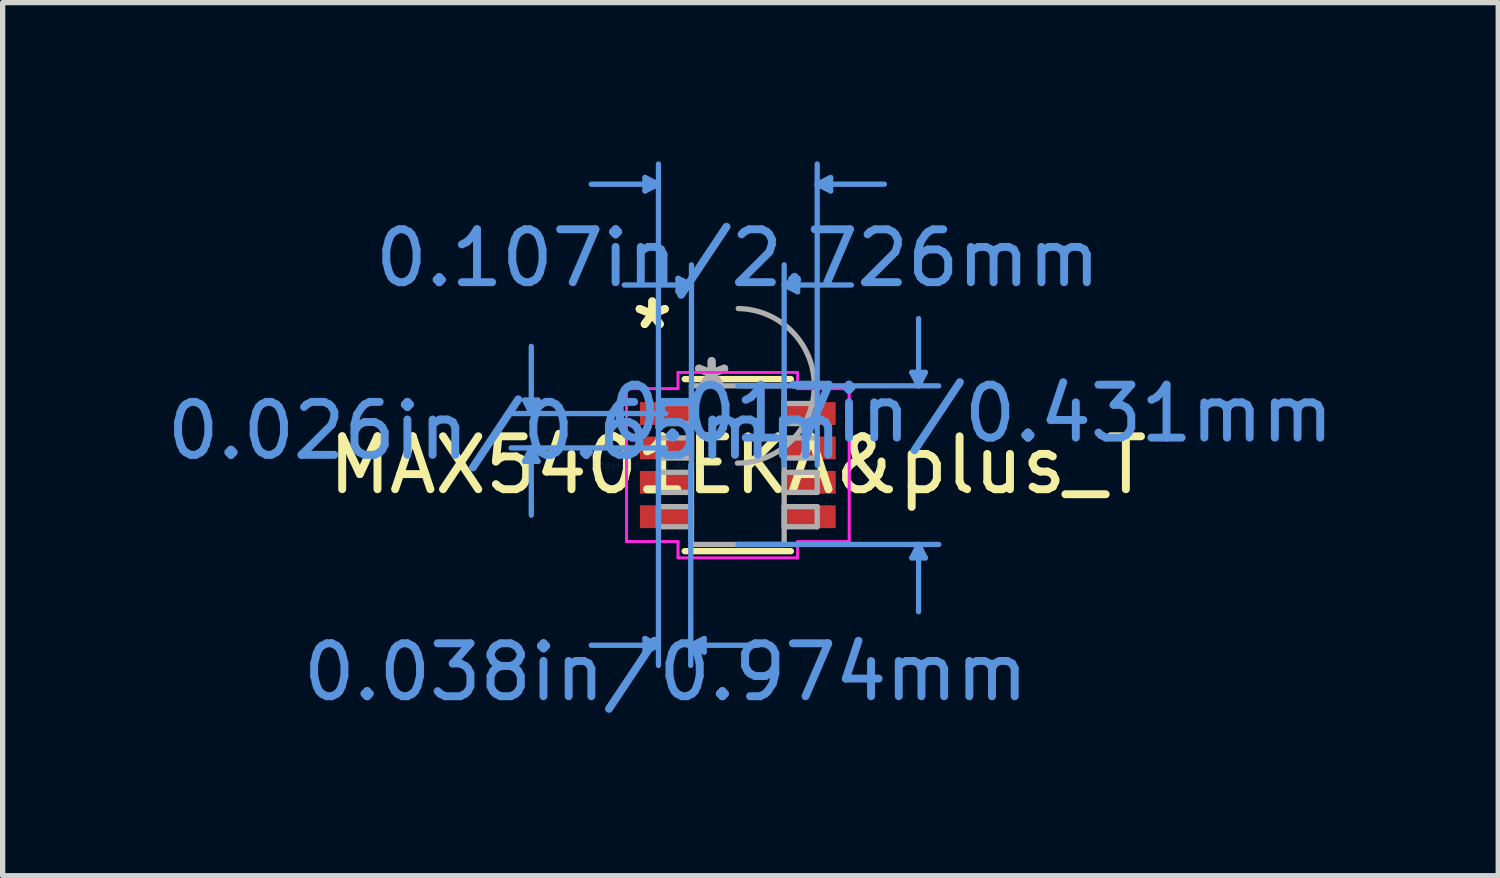
<source format=kicad_pcb>
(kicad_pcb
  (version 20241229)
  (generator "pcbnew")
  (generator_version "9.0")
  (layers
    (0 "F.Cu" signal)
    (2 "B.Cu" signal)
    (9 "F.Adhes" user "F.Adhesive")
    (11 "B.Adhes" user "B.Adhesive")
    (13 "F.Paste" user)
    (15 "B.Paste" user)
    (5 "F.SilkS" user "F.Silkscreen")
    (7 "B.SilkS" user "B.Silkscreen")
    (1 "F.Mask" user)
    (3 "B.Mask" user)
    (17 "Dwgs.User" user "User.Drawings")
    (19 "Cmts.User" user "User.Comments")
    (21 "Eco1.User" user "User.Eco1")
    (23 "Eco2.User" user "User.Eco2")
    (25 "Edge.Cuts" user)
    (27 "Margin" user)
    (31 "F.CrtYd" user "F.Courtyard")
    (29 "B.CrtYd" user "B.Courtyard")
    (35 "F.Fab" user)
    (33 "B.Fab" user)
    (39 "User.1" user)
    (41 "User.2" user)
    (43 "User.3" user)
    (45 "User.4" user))
  (footprint "MAX5401EKA&plus_T"
    (layer "F.Cu")
    (at 10.893 5.74)
    (property "Reference" "MAX5401EKA&plus_T" (at 0 0 0) (layer "F.SilkS") (effects (font (size 1 1) (thickness 0.15))))
    (attr through_hole)
    (fp_line (start -1.003 1.626) (end 1.003 1.626) (stroke (width 0.12) (type solid)) (layer "F.SilkS"))
    (fp_line (start 1.003 -1.626) (end -1.003 -1.626) (stroke (width 0.12) (type solid)) (layer "F.SilkS"))
    (fp_line (start -4.03 -1.229) (end -3.776 -1.229) (stroke (width 0.1) (type solid)) (layer "Cmts.User"))
    (fp_line (start -4.03 -0.071) (end -3.776 -0.071) (stroke (width 0.1) (type solid)) (layer "Cmts.User"))
    (fp_line (start -3.903 -0.975) (end -4.03 -1.229) (stroke (width 0.1) (type solid)) (layer "Cmts.User"))
    (fp_line (start -3.903 -0.975) (end -3.903 -2.245) (stroke (width 0.1) (type solid)) (layer "Cmts.User"))
    (fp_line (start -3.903 -0.975) (end -3.776 -1.229) (stroke (width 0.1) (type solid)) (layer "Cmts.User"))
    (fp_line (start -3.903 -0.325) (end -4.03 -0.071) (stroke (width 0.1) (type solid)) (layer "Cmts.User"))
    (fp_line (start -3.903 -0.325) (end -3.903 0.945) (stroke (width 0.1) (type solid)) (layer "Cmts.User"))
    (fp_line (start -3.903 -0.325) (end -3.776 -0.071) (stroke (width 0.1) (type solid)) (layer "Cmts.User"))
    (fp_line (start -1.754 -5.436) (end -1.754 -5.182) (stroke (width 0.1) (type solid)) (layer "Cmts.User"))
    (fp_line (start -1.754 3.277) (end -1.754 3.531) (stroke (width 0.1) (type solid)) (layer "Cmts.User"))
    (fp_line (start -1.5 -5.309) (end -2.77 -5.309) (stroke (width 0.1) (type solid)) (layer "Cmts.User"))
    (fp_line (start -1.5 -5.309) (end -1.754 -5.436) (stroke (width 0.1) (type solid)) (layer "Cmts.User"))
    (fp_line (start -1.5 -5.309) (end -1.754 -5.182) (stroke (width 0.1) (type solid)) (layer "Cmts.User"))
    (fp_line (start -1.5 0) (end -1.5 -5.69) (stroke (width 0.1) (type solid)) (layer "Cmts.User"))
    (fp_line (start -1.5 0) (end -1.5 3.785) (stroke (width 0.1) (type solid)) (layer "Cmts.User"))
    (fp_line (start -1.5 3.404) (end -2.77 3.404) (stroke (width 0.1) (type solid)) (layer "Cmts.User"))
    (fp_line (start -1.5 3.404) (end -1.754 3.277) (stroke (width 0.1) (type solid)) (layer "Cmts.User"))
    (fp_line (start -1.5 3.404) (end -1.754 3.531) (stroke (width 0.1) (type solid)) (layer "Cmts.User"))
    (fp_line (start -1.363 -0.975) (end -4.284 -0.975) (stroke (width 0.1) (type solid)) (layer "Cmts.User"))
    (fp_line (start -1.363 -0.325) (end -4.284 -0.325) (stroke (width 0.1) (type solid)) (layer "Cmts.User"))
    (fp_line (start -1.13 -3.531) (end -1.13 -3.277) (stroke (width 0.1) (type solid)) (layer "Cmts.User"))
    (fp_line (start -0.89 0) (end -0.89 3.785) (stroke (width 0.1) (type solid)) (layer "Cmts.User"))
    (fp_line (start -0.89 3.404) (end -0.636 3.277) (stroke (width 0.1) (type solid)) (layer "Cmts.User"))
    (fp_line (start -0.89 3.404) (end -0.636 3.531) (stroke (width 0.1) (type solid)) (layer "Cmts.User"))
    (fp_line (start -0.89 3.404) (end 0.38 3.404) (stroke (width 0.1) (type solid)) (layer "Cmts.User"))
    (fp_line (start -0.876 -3.404) (end -2.146 -3.404) (stroke (width 0.1) (type solid)) (layer "Cmts.User"))
    (fp_line (start -0.876 -3.404) (end -1.13 -3.531) (stroke (width 0.1) (type solid)) (layer "Cmts.User"))
    (fp_line (start -0.876 -3.404) (end -1.13 -3.277) (stroke (width 0.1) (type solid)) (layer "Cmts.User"))
    (fp_line (start -0.876 0) (end -0.876 -3.785) (stroke (width 0.1) (type solid)) (layer "Cmts.User"))
    (fp_line (start -0.636 3.277) (end -0.636 3.531) (stroke (width 0.1) (type solid)) (layer "Cmts.User"))
    (fp_line (start 0 -1.499) (end 3.797 -1.499) (stroke (width 0.1) (type solid)) (layer "Cmts.User"))
    (fp_line (start 0 1.499) (end 3.797 1.499) (stroke (width 0.1) (type solid)) (layer "Cmts.User"))
    (fp_line (start 0.876 -3.404) (end 1.13 -3.531) (stroke (width 0.1) (type solid)) (layer "Cmts.User"))
    (fp_line (start 0.876 -3.404) (end 1.13 -3.277) (stroke (width 0.1) (type solid)) (layer "Cmts.User"))
    (fp_line (start 0.876 -3.404) (end 2.146 -3.404) (stroke (width 0.1) (type solid)) (layer "Cmts.User"))
    (fp_line (start 0.876 0) (end 0.876 -3.785) (stroke (width 0.1) (type solid)) (layer "Cmts.User"))
    (fp_line (start 1.13 -3.531) (end 1.13 -3.277) (stroke (width 0.1) (type solid)) (layer "Cmts.User"))
    (fp_line (start 1.5 -5.309) (end 1.754 -5.436) (stroke (width 0.1) (type solid)) (layer "Cmts.User"))
    (fp_line (start 1.5 -5.309) (end 1.754 -5.182) (stroke (width 0.1) (type solid)) (layer "Cmts.User"))
    (fp_line (start 1.5 -5.309) (end 2.77 -5.309) (stroke (width 0.1) (type solid)) (layer "Cmts.User"))
    (fp_line (start 1.5 0) (end 1.5 -5.69) (stroke (width 0.1) (type solid)) (layer "Cmts.User"))
    (fp_line (start 1.754 -5.436) (end 1.754 -5.182) (stroke (width 0.1) (type solid)) (layer "Cmts.User"))
    (fp_line (start 3.289 -1.753) (end 3.543 -1.753) (stroke (width 0.1) (type solid)) (layer "Cmts.User"))
    (fp_line (start 3.289 1.753) (end 3.543 1.753) (stroke (width 0.1) (type solid)) (layer "Cmts.User"))
    (fp_line (start 3.416 -1.499) (end 3.289 -1.753) (stroke (width 0.1) (type solid)) (layer "Cmts.User"))
    (fp_line (start 3.416 -1.499) (end 3.416 -2.769) (stroke (width 0.1) (type solid)) (layer "Cmts.User"))
    (fp_line (start 3.416 -1.499) (end 3.543 -1.753) (stroke (width 0.1) (type solid)) (layer "Cmts.User"))
    (fp_line (start 3.416 1.499) (end 3.289 1.753) (stroke (width 0.1) (type solid)) (layer "Cmts.User"))
    (fp_line (start 3.416 1.499) (end 3.416 2.769) (stroke (width 0.1) (type solid)) (layer "Cmts.User"))
    (fp_line (start 3.416 1.499) (end 3.543 1.753) (stroke (width 0.1) (type solid)) (layer "Cmts.User"))
    (fp_line (start -2.104 -1.444) (end -1.13 -1.444) (stroke (width 0.05) (type solid)) (layer "F.CrtYd"))
    (fp_line (start -2.104 -1.444) (end -1.13 -1.444) (stroke (width 0.05) (type solid)) (layer "F.CrtYd"))
    (fp_line (start -2.104 1.444) (end -2.104 -1.444) (stroke (width 0.05) (type solid)) (layer "F.CrtYd"))
    (fp_line (start -2.104 1.444) (end -2.104 -1.444) (stroke (width 0.05) (type solid)) (layer "F.CrtYd"))
    (fp_line (start -2.104 1.444) (end -1.13 1.444) (stroke (width 0.05) (type solid)) (layer "F.CrtYd"))
    (fp_line (start -1.13 -1.753) (end 1.13 -1.753) (stroke (width 0.05) (type solid)) (layer "F.CrtYd"))
    (fp_line (start -1.13 -1.753) (end 1.13 -1.753) (stroke (width 0.05) (type solid)) (layer "F.CrtYd"))
    (fp_line (start -1.13 -1.444) (end -1.13 -1.753) (stroke (width 0.05) (type solid)) (layer "F.CrtYd"))
    (fp_line (start -1.13 -1.444) (end -1.13 -1.753) (stroke (width 0.05) (type solid)) (layer "F.CrtYd"))
    (fp_line (start -1.13 1.444) (end -2.104 1.444) (stroke (width 0.05) (type solid)) (layer "F.CrtYd"))
    (fp_line (start -1.13 1.753) (end -1.13 1.444) (stroke (width 0.05) (type solid)) (layer "F.CrtYd"))
    (fp_line (start -1.13 1.753) (end -1.13 1.444) (stroke (width 0.05) (type solid)) (layer "F.CrtYd"))
    (fp_line (start 1.13 -1.753) (end 1.13 -1.444) (stroke (width 0.05) (type solid)) (layer "F.CrtYd"))
    (fp_line (start 1.13 -1.753) (end 1.13 -1.444) (stroke (width 0.05) (type solid)) (layer "F.CrtYd"))
    (fp_line (start 1.13 -1.444) (end 2.104 -1.444) (stroke (width 0.05) (type solid)) (layer "F.CrtYd"))
    (fp_line (start 1.13 1.444) (end 1.13 1.753) (stroke (width 0.05) (type solid)) (layer "F.CrtYd"))
    (fp_line (start 1.13 1.444) (end 1.13 1.753) (stroke (width 0.05) (type solid)) (layer "F.CrtYd"))
    (fp_line (start 1.13 1.753) (end -1.13 1.753) (stroke (width 0.05) (type solid)) (layer "F.CrtYd"))
    (fp_line (start 1.13 1.753) (end -1.13 1.753) (stroke (width 0.05) (type solid)) (layer "F.CrtYd"))
    (fp_line (start 2.104 -1.444) (end 1.13 -1.444) (stroke (width 0.05) (type solid)) (layer "F.CrtYd"))
    (fp_line (start 2.104 -1.444) (end 2.104 1.444) (stroke (width 0.05) (type solid)) (layer "F.CrtYd"))
    (fp_line (start 2.104 -1.444) (end 2.104 1.444) (stroke (width 0.05) (type solid)) (layer "F.CrtYd"))
    (fp_line (start 2.104 1.444) (end 1.13 1.444) (stroke (width 0.05) (type solid)) (layer "F.CrtYd"))
    (fp_line (start 2.104 1.444) (end 1.13 1.444) (stroke (width 0.05) (type solid)) (layer "F.CrtYd"))
    (fp_line (start -1.5 -1.165) (end -1.5 -0.784) (stroke (width 0.1) (type solid)) (layer "F.Fab"))
    (fp_line (start -1.5 -0.784) (end -0.876 -0.784) (stroke (width 0.1) (type solid)) (layer "F.Fab"))
    (fp_line (start -1.5 -0.515) (end -1.5 -0.135) (stroke (width 0.1) (type solid)) (layer "F.Fab"))
    (fp_line (start -1.5 -0.135) (end -0.876 -0.135) (stroke (width 0.1) (type solid)) (layer "F.Fab"))
    (fp_line (start -1.5 0.135) (end -1.5 0.515) (stroke (width 0.1) (type solid)) (layer "F.Fab"))
    (fp_line (start -1.5 0.515) (end -0.876 0.515) (stroke (width 0.1) (type solid)) (layer "F.Fab"))
    (fp_line (start -1.5 0.784) (end -1.5 1.165) (stroke (width 0.1) (type solid)) (layer "F.Fab"))
    (fp_line (start -1.5 1.165) (end -0.876 1.165) (stroke (width 0.1) (type solid)) (layer "F.Fab"))
    (fp_line (start -0.876 -1.499) (end -0.876 1.499) (stroke (width 0.1) (type solid)) (layer "F.Fab"))
    (fp_line (start -0.876 -1.165) (end -1.5 -1.165) (stroke (width 0.1) (type solid)) (layer "F.Fab"))
    (fp_line (start -0.876 -0.784) (end -0.876 -1.165) (stroke (width 0.1) (type solid)) (layer "F.Fab"))
    (fp_line (start -0.876 -0.515) (end -1.5 -0.515) (stroke (width 0.1) (type solid)) (layer "F.Fab"))
    (fp_line (start -0.876 -0.135) (end -0.876 -0.515) (stroke (width 0.1) (type solid)) (layer "F.Fab"))
    (fp_line (start -0.876 0.135) (end -1.5 0.135) (stroke (width 0.1) (type solid)) (layer "F.Fab"))
    (fp_line (start -0.876 0.515) (end -0.876 0.135) (stroke (width 0.1) (type solid)) (layer "F.Fab"))
    (fp_line (start -0.876 0.784) (end -1.5 0.784) (stroke (width 0.1) (type solid)) (layer "F.Fab"))
    (fp_line (start -0.876 1.165) (end -0.876 0.784) (stroke (width 0.1) (type solid)) (layer "F.Fab"))
    (fp_line (start -0.876 1.499) (end 0.876 1.499) (stroke (width 0.1) (type solid)) (layer "F.Fab"))
    (fp_line (start 0.876 -1.499) (end -0.876 -1.499) (stroke (width 0.1) (type solid)) (layer "F.Fab"))
    (fp_line (start 0.876 -1.165) (end 0.876 -0.784) (stroke (width 0.1) (type solid)) (layer "F.Fab"))
    (fp_line (start 0.876 -0.784) (end 1.5 -0.784) (stroke (width 0.1) (type solid)) (layer "F.Fab"))
    (fp_line (start 0.876 -0.515) (end 0.876 -0.135) (stroke (width 0.1) (type solid)) (layer "F.Fab"))
    (fp_line (start 0.876 -0.135) (end 1.5 -0.135) (stroke (width 0.1) (type solid)) (layer "F.Fab"))
    (fp_line (start 0.876 0.135) (end 0.876 0.515) (stroke (width 0.1) (type solid)) (layer "F.Fab"))
    (fp_line (start 0.876 0.515) (end 1.5 0.515) (stroke (width 0.1) (type solid)) (layer "F.Fab"))
    (fp_line (start 0.876 0.784) (end 0.876 1.165) (stroke (width 0.1) (type solid)) (layer "F.Fab"))
    (fp_line (start 0.876 1.165) (end 1.5 1.165) (stroke (width 0.1) (type solid)) (layer "F.Fab"))
    (fp_line (start 0.876 1.499) (end 0.876 -1.499) (stroke (width 0.1) (type solid)) (layer "F.Fab"))
    (fp_line (start 1.5 -1.165) (end 0.876 -1.165) (stroke (width 0.1) (type solid)) (layer "F.Fab"))
    (fp_line (start 1.5 -0.784) (end 1.5 -1.165) (stroke (width 0.1) (type solid)) (layer "F.Fab"))
    (fp_line (start 1.5 -0.515) (end 0.876 -0.515) (stroke (width 0.1) (type solid)) (layer "F.Fab"))
    (fp_line (start 1.5 -0.135) (end 1.5 -0.515) (stroke (width 0.1) (type solid)) (layer "F.Fab"))
    (fp_line (start 1.5 0.135) (end 0.876 0.135) (stroke (width 0.1) (type solid)) (layer "F.Fab"))
    (fp_line (start 1.5 0.515) (end 1.5 0.135) (stroke (width 0.1) (type solid)) (layer "F.Fab"))
    (fp_line (start 1.5 0.784) (end 0.876 0.784) (stroke (width 0.1) (type solid)) (layer "F.Fab"))
    (fp_line (start 1.5 1.165) (end 1.5 0.784) (stroke (width 0.1) (type solid)) (layer "F.Fab"))
    (fp_arc (start 0.007742 -2.959136) (mid 1.460536 -1.490858) (end -0.007742 -0.038064) (stroke (width 0.1) (type solid)) (layer "F.Fab"))
    (fp_text user "*" (at -1.617 -2.549 0) (layer "F.SilkS") (effects (font (size 1 1) (thickness 0.15))))
    (fp_text user "*" (at -1.617 -2.549 0) (layer "F.SilkS") (effects (font (size 1 1) (thickness 0.15))))
    (fp_text user "0.107in/2.726mm" (at 0 -3.912 0) (layer "Cmts.User") (effects (font (size 1 1) (thickness 0.15))))
    (fp_text user "0.038in/0.974mm" (at -1.363 3.912 0) (layer "Cmts.User") (effects (font (size 1 1) (thickness 0.15))))
    (fp_text user "0.017in/0.431mm" (at 4.411 -0.975 0) (layer "Cmts.User") (effects (font (size 1 1) (thickness 0.15))))
    (fp_text user "Copyright 2021 Accelerated Designs. All rights reserved." (at 0 0 0) (layer "Cmts.User") (effects (font (size 0.127 0.127) (thickness 0.002))))
    (fp_text user "0.026in/0.65mm" (at -4.411 -0.65 0) (layer "Cmts.User") (effects (font (size 1 1) (thickness 0.15))))
    (fp_text user "*" (at -0.495 -1.422 0) (layer "F.Fab") (effects (font (size 1 1) (thickness 0.15))))
    (fp_text user "*" (at -0.495 -1.422 0) (layer "F.Fab") (effects (font (size 1 1) (thickness 0.15))))
    (pad "1" smd rect (at -1.363 -0.975) (size 0.974 0.431) (layers "F.Cu" "F.Mask" "F.Paste"))
    (pad "2" smd rect (at -1.363 -0.325) (size 0.974 0.431) (layers "F.Cu" "F.Mask" "F.Paste"))
    (pad "3" smd rect (at -1.363 0.325) (size 0.974 0.431) (layers "F.Cu" "F.Mask" "F.Paste"))
    (pad "4" smd rect (at -1.363 0.975) (size 0.974 0.431) (layers "F.Cu" "F.Mask" "F.Paste"))
    (pad "5" smd rect (at 1.363 0.975) (size 0.974 0.431) (layers "F.Cu" "F.Mask" "F.Paste"))
    (pad "6" smd rect (at 1.363 0.325) (size 0.974 0.431) (layers "F.Cu" "F.Mask" "F.Paste"))
    (pad "7" smd rect (at 1.363 -0.325) (size 0.974 0.431) (layers "F.Cu" "F.Mask" "F.Paste"))
    (pad "8" smd rect (at 1.363 -0.975) (size 0.974 0.431) (layers "F.Cu" "F.Mask" "F.Paste")))
  (gr_rect
    (start -3 -3)
    (end 25.263 13.499)
    (stroke (width 0.1) (type default))
    (fill no)
    (layer "Edge.Cuts")))
</source>
